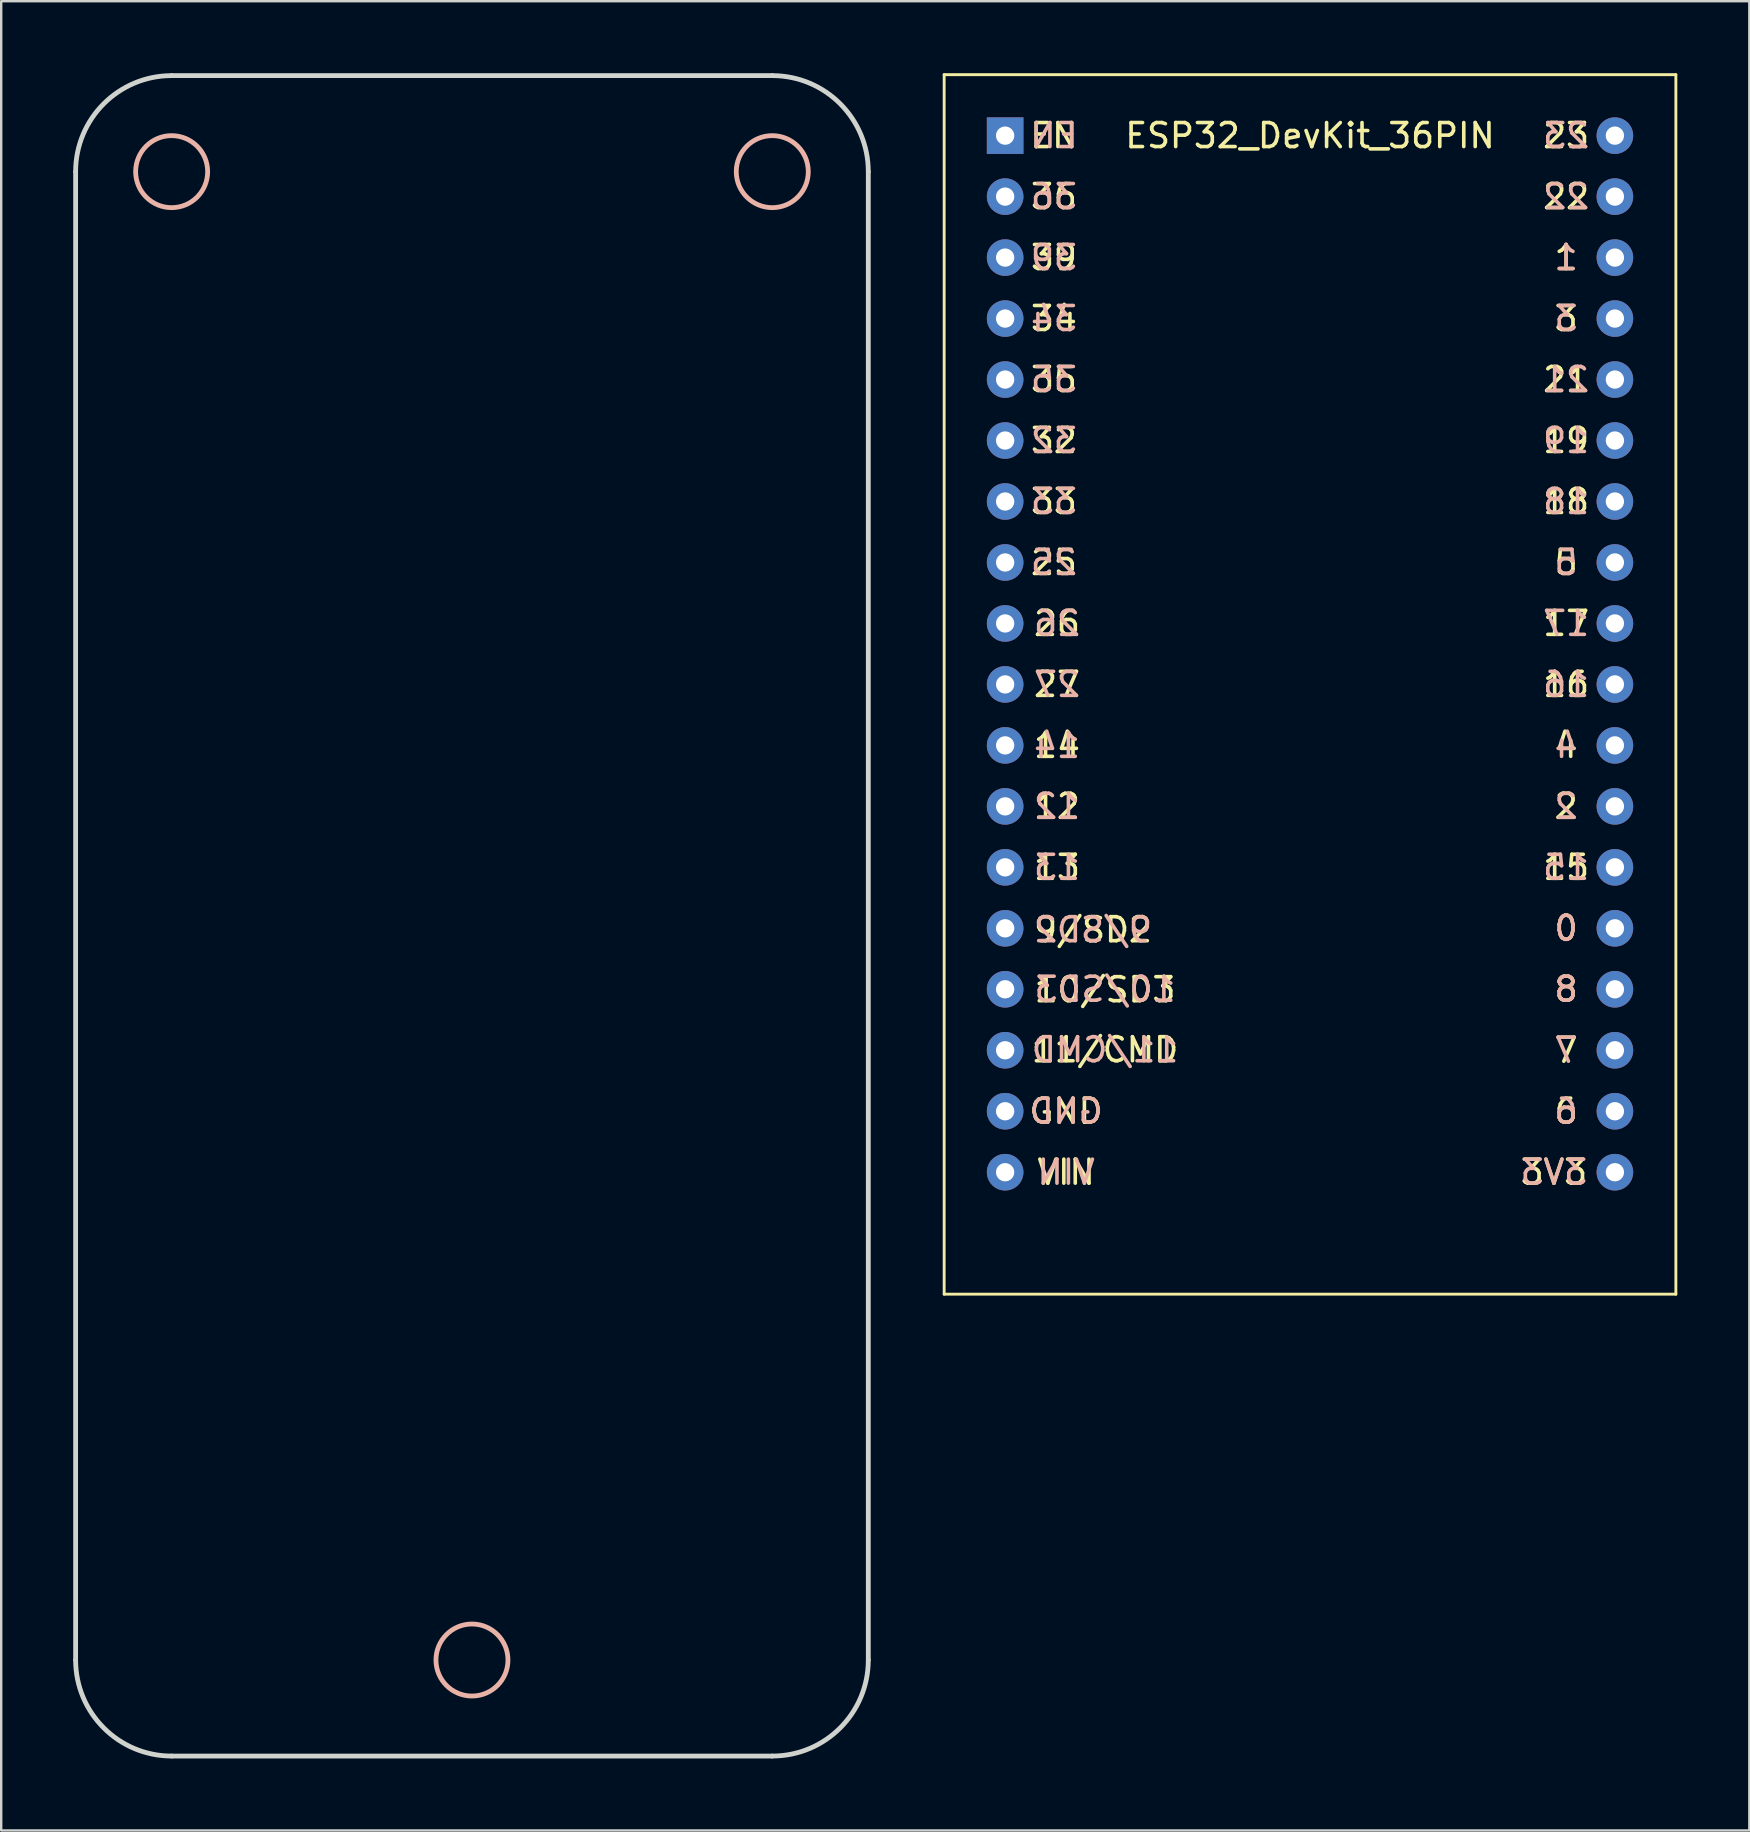
<source format=kicad_pcb>
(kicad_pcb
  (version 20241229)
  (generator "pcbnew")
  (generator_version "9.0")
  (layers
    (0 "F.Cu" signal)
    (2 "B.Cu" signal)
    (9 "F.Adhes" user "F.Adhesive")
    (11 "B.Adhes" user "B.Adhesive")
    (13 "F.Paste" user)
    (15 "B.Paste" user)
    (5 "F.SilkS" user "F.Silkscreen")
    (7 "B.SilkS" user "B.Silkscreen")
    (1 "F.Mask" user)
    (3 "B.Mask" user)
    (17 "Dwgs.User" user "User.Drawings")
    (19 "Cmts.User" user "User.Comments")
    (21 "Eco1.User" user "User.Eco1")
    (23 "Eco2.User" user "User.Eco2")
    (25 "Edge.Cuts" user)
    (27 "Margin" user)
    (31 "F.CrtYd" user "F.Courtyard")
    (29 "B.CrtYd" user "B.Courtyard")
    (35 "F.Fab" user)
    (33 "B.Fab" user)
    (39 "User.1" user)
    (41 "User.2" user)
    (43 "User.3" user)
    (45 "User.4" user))
  (footprint "BoardCutout"
    (layer "F.Cu")
    (at 16.42 32.104)
    (property "Reference" "BoardCutout" (at 0 28.448 180) (layer "Eco1.User") (effects (font (size 1 1) (thickness 0.15))))
    (attr through_hole)
    (fp_circle (center -12.32 -28.004) (end -10.82 -28.004) (stroke (width 0.2) (type solid)) (fill no) (layer "B.SilkS"))
    (fp_circle (center 0.19 33.996) (end 1.69 33.996) (stroke (width 0.2) (type solid)) (fill no) (layer "B.SilkS"))
    (fp_circle (center 12.7 -28.004) (end 14.2 -28.004) (stroke (width 0.2) (type solid)) (fill no) (layer "B.SilkS"))
    (fp_line (start -16.32 -28.004) (end -16.32 33.996) (stroke (width 0.2) (type solid)) (layer "Edge.Cuts"))
    (fp_line (start -12.32 37.996) (end 12.7 37.996) (stroke (width 0.2) (type solid)) (layer "Edge.Cuts"))
    (fp_line (start 12.7 -32.004) (end -12.32 -32.004) (stroke (width 0.2) (type solid)) (layer "Edge.Cuts"))
    (fp_line (start 16.7 33.996) (end 16.7 -28.004) (stroke (width 0.2) (type solid)) (layer "Edge.Cuts"))
    (fp_arc (start -16.320001 -28.004) (mid -15.148428 -30.832427) (end -12.320001 -32.004) (stroke (width 0.2) (type solid)) (layer "Edge.Cuts"))
    (fp_arc (start -12.320001 37.995999) (mid -15.148427 36.824426) (end -16.32 33.996) (stroke (width 0.2) (type solid)) (layer "Edge.Cuts"))
    (fp_arc (start 12.7 -32.004) (mid 15.528427 -30.832427) (end 16.7 -28.004) (stroke (width 0.2) (type solid)) (layer "Edge.Cuts"))
    (fp_arc (start 16.699999 33.996001) (mid 15.528426 36.824427) (end 12.7 37.996) (stroke (width 0.2) (type solid)) (layer "Edge.Cuts")))
  (footprint "ESP32_DevKit_36PIN"
    (layer "F.Cu")
    (at 48.98 7.68)
    (property "Reference" "ESP32_DevKit_36PIN" (at 2.54 -5.08 0) (layer "F.SilkS") (effects (font (size 1 1) (thickness 0.15))))
    (attr through_hole)
    (fp_line (start -12.7 -7.62) (end 17.78 -7.62) (stroke (width 0.12) (type solid)) (layer "F.SilkS"))
    (fp_line (start -12.7 43.18) (end -12.7 -7.62) (stroke (width 0.12) (type solid)) (layer "F.SilkS"))
    (fp_line (start 17.78 -7.62) (end 17.78 43.18) (stroke (width 0.12) (type solid)) (layer "F.SilkS"))
    (fp_line (start 17.78 43.18) (end -12.7 43.18) (stroke (width 0.12) (type solid)) (layer "F.SilkS"))
    (fp_text user "1" (at 13.208 0 0) (layer "F.SilkS") (effects (font (size 1 1) (thickness 0.15))))
    (fp_text user "7" (at 13.208 33.02 0) (layer "F.SilkS") (effects (font (size 1 1) (thickness 0.15))))
    (fp_text user "12" (at -8 22.86 0) (layer "F.SilkS") (effects (font (size 1 1) (thickness 0.15))))
    (fp_text user "21" (at 13.208 5.08 0) (layer "F.SilkS") (effects (font (size 1 1) (thickness 0.15))))
    (fp_text user "16" (at 13.208 17.78 0) (layer "F.SilkS") (effects (font (size 1 1) (thickness 0.15))))
    (fp_text user "18" (at 13.208 10.16 0) (layer "F.SilkS") (effects (font (size 1 1) (thickness 0.15))))
    (fp_text user "22" (at 13.208 -2.54 0) (layer "F.SilkS") (effects (font (size 1 1) (thickness 0.15))))
    (fp_text user "9/SD2" (at -6.5 28 0) (layer "F.SilkS") (effects (font (size 1 1) (thickness 0.15))))
    (fp_text user "3" (at 13.208 2.54 0) (layer "F.SilkS") (effects (font (size 1 1) (thickness 0.15))))
    (fp_text user "34" (at -8.128 2.54 0) (layer "F.SilkS") (effects (font (size 1 1) (thickness 0.15))))
    (fp_text user "6" (at 13.208 35.56 0) (layer "F.SilkS") (effects (font (size 1 1) (thickness 0.15))))
    (fp_text user "17" (at 13.208 15.24 0) (layer "F.SilkS") (effects (font (size 1 1) (thickness 0.15))))
    (fp_text user "36" (at -8.128 -2.54 0) (layer "F.SilkS") (effects (font (size 1 1) (thickness 0.15))))
    (fp_text user "EN" (at -8.128 -5.08 0) (layer "F.SilkS") (effects (font (size 1 1) (thickness 0.15))))
    (fp_text user "13" (at -8 25.4 0) (layer "F.SilkS") (effects (font (size 1 1) (thickness 0.15))))
    (fp_text user "0" (at 13.208 27.94 0) (layer "F.SilkS") (effects (font (size 1 1) (thickness 0.15))))
    (fp_text user "23" (at 13.208 -5.08 0) (layer "F.SilkS") (effects (font (size 1 1) (thickness 0.15))))
    (fp_text user "35" (at -8.128 5.08 0) (layer "F.SilkS") (effects (font (size 1 1) (thickness 0.15))))
    (fp_text user "27" (at -8 17.78 0) (layer "F.SilkS") (effects (font (size 1 1) (thickness 0.15))))
    (fp_text user "14" (at -8 20.32 0) (layer "F.SilkS") (effects (font (size 1 1) (thickness 0.15))))
    (fp_text user "GND" (at -7.62 35.56 0) (layer "F.SilkS") (effects (font (size 1 1) (thickness 0.15))))
    (fp_text user "5" (at 13.208 12.7 0) (layer "F.SilkS") (effects (font (size 1 1) (thickness 0.15))))
    (fp_text user "25" (at -8.128 12.7 0) (layer "F.SilkS") (effects (font (size 1 1) (thickness 0.15))))
    (fp_text user "2" (at 13.208 22.86 0) (layer "F.SilkS") (effects (font (size 1 1) (thickness 0.15))))
    (fp_text user "4" (at 13.208 20.32 0) (layer "F.SilkS") (effects (font (size 1 1) (thickness 0.15))))
    (fp_text user "26" (at -8 15.24 0) (layer "F.SilkS") (effects (font (size 1 1) (thickness 0.15))))
    (fp_text user "11/CMD" (at -6 33 0) (layer "F.SilkS") (effects (font (size 1 1) (thickness 0.15))))
    (fp_text user "VIN" (at -7.62 38.1 0) (layer "F.SilkS") (effects (font (size 1 1) (thickness 0.15))))
    (fp_text user "10/SD3" (at -6 30.5 0) (layer "F.SilkS") (effects (font (size 1 1) (thickness 0.15))))
    (fp_text user "39" (at -8.128 0 0) (layer "F.SilkS") (effects (font (size 1 1) (thickness 0.15))))
    (fp_text user "33" (at -8.128 10.16 0) (layer "F.SilkS") (effects (font (size 1 1) (thickness 0.15))))
    (fp_text user "3V3" (at 12.7 38.1 0) (layer "F.SilkS") (effects (font (size 1 1) (thickness 0.15))))
    (fp_text user "8" (at 13.208 30.48 0) (layer "F.SilkS") (effects (font (size 1 1) (thickness 0.15))))
    (fp_text user "15" (at 13.208 25.4 0) (layer "F.SilkS") (effects (font (size 1 1) (thickness 0.15))))
    (fp_text user "32" (at -8.128 7.62 0) (layer "F.SilkS") (effects (font (size 1 1) (thickness 0.15))))
    (fp_text user "19" (at 13.208 7.62 0) (layer "F.SilkS") (effects (font (size 1 1) (thickness 0.15))))
    (fp_text user "33" (at -8.128 10.16 0) (layer "B.SilkS") (effects (font (size 1 1) (thickness 0.15)) (justify mirror)))
    (fp_text user "15" (at 13.208 25.4 0) (layer "B.SilkS") (effects (font (size 1 1) (thickness 0.15)) (justify mirror)))
    (fp_text user "4" (at 13.208 20.32 0) (layer "B.SilkS") (effects (font (size 1 1) (thickness 0.15)) (justify mirror)))
    (fp_text user "EN" (at -8.128 -5.08 0) (layer "B.SilkS") (effects (font (size 1 1) (thickness 0.15)) (justify mirror)))
    (fp_text user "6" (at 13.208 35.56 0) (layer "B.SilkS") (effects (font (size 1 1) (thickness 0.15)) (justify mirror)))
    (fp_text user "3" (at 13.208 2.54 0) (layer "B.SilkS") (effects (font (size 1 1) (thickness 0.15)) (justify mirror)))
    (fp_text user "1" (at 13.208 0 0) (layer "B.SilkS") (effects (font (size 1 1) (thickness 0.15)) (justify mirror)))
    (fp_text user "18" (at 13.208 10.16 0) (layer "B.SilkS") (effects (font (size 1 1) (thickness 0.15)) (justify mirror)))
    (fp_text user "14" (at -8 20.32 0) (layer "B.SilkS") (effects (font (size 1 1) (thickness 0.15)) (justify mirror)))
    (fp_text user "16" (at 13.208 17.78 0) (layer "B.SilkS") (effects (font (size 1 1) (thickness 0.15)) (justify mirror)))
    (fp_text user "36" (at -8.128 -2.54 0) (layer "B.SilkS") (effects (font (size 1 1) (thickness 0.15)) (justify mirror)))
    (fp_text user "13" (at -8 25.4 0) (layer "B.SilkS") (effects (font (size 1 1) (thickness 0.15)) (justify mirror)))
    (fp_text user "21" (at 13.208 5.08 0) (layer "B.SilkS") (effects (font (size 1 1) (thickness 0.15)) (justify mirror)))
    (fp_text user "GND" (at -7.62 35.56 0) (layer "B.SilkS") (effects (font (size 1 1) (thickness 0.15)) (justify mirror)))
    (fp_text user "0" (at 13.208 27.94 0) (layer "B.SilkS") (effects (font (size 1 1) (thickness 0.15)) (justify mirror)))
    (fp_text user "32" (at -8.128 7.62 0) (layer "B.SilkS") (effects (font (size 1 1) (thickness 0.15)) (justify mirror)))
    (fp_text user "7" (at 13.208 33.02 0) (layer "B.SilkS") (effects (font (size 1 1) (thickness 0.15)) (justify mirror)))
    (fp_text user "27" (at -8 17.78 0) (layer "B.SilkS") (effects (font (size 1 1) (thickness 0.15)) (justify mirror)))
    (fp_text user "VIN" (at -7.62 38.1 0) (layer "B.SilkS") (effects (font (size 1 1) (thickness 0.15)) (justify mirror)))
    (fp_text user "2" (at 13.208 22.86 0) (layer "B.SilkS") (effects (font (size 1 1) (thickness 0.15)) (justify mirror)))
    (fp_text user "35" (at -8.128 5.08 0) (layer "B.SilkS") (effects (font (size 1 1) (thickness 0.15)) (justify mirror)))
    (fp_text user "12" (at -8 22.86 0) (layer "B.SilkS") (effects (font (size 1 1) (thickness 0.15)) (justify mirror)))
    (fp_text user "34" (at -8.128 2.54 0) (layer "B.SilkS") (effects (font (size 1 1) (thickness 0.15)) (justify mirror)))
    (fp_text user "25" (at -8.128 12.7 0) (layer "B.SilkS") (effects (font (size 1 1) (thickness 0.15)) (justify mirror)))
    (fp_text user "19" (at 13.208 7.62 0) (layer "B.SilkS") (effects (font (size 1 1) (thickness 0.15)) (justify mirror)))
    (fp_text user "11/CMD" (at -6 33 0) (layer "B.SilkS") (effects (font (size 1 1) (thickness 0.15)) (justify mirror)))
    (fp_text user "39" (at -8.128 0 0) (layer "B.SilkS") (effects (font (size 1 1) (thickness 0.15)) (justify mirror)))
    (fp_text user "23" (at 13.208 -5.08 0) (layer "B.SilkS") (effects (font (size 1 1) (thickness 0.15)) (justify mirror)))
    (fp_text user "26" (at -8 15.24 0) (layer "B.SilkS") (effects (font (size 1 1) (thickness 0.15)) (justify mirror)))
    (fp_text user "5" (at 13.208 12.7 0) (layer "B.SilkS") (effects (font (size 1 1) (thickness 0.15)) (justify mirror)))
    (fp_text user "8" (at 13.208 30.48 0) (layer "B.SilkS") (effects (font (size 1 1) (thickness 0.15)) (justify mirror)))
    (fp_text user "17" (at 13.208 15.24 0) (layer "B.SilkS") (effects (font (size 1 1) (thickness 0.15)) (justify mirror)))
    (fp_text user "10/SD3" (at -6 30.48 0) (layer "B.SilkS") (effects (font (size 1 1) (thickness 0.15)) (justify mirror)))
    (fp_text user "22" (at 13.208 -2.54 0) (layer "B.SilkS") (effects (font (size 1 1) (thickness 0.15)) (justify mirror)))
    (fp_text user "9/SD2" (at -6.5 28 0) (layer "B.SilkS") (effects (font (size 1 1) (thickness 0.15)) (justify mirror)))
    (fp_text user "3V3" (at 12.7 38.1 0) (layer "B.SilkS") (effects (font (size 1 1) (thickness 0.15)) (justify mirror)))
    (pad "1" thru_hole rect (at -10.16 -5.08) (size 1.524 1.524) (drill 0.762) (layers "*.Cu" "*.Mask"))
    (pad "2" thru_hole circle (at -10.16 -2.54) (size 1.524 1.524) (drill 0.762) (layers "*.Cu" "*.Mask"))
    (pad "3" thru_hole circle (at -10.16 0) (size 1.524 1.524) (drill 0.762) (layers "*.Cu" "*.Mask"))
    (pad "4" thru_hole circle (at -10.16 2.54) (size 1.524 1.524) (drill 0.762) (layers "*.Cu" "*.Mask"))
    (pad "5" thru_hole circle (at -10.16 5.08) (size 1.524 1.524) (drill 0.762) (layers "*.Cu" "*.Mask"))
    (pad "6" thru_hole circle (at -10.16 7.62) (size 1.524 1.524) (drill 0.762) (layers "*.Cu" "*.Mask"))
    (pad "7" thru_hole circle (at -10.16 10.16) (size 1.524 1.524) (drill 0.762) (layers "*.Cu" "*.Mask"))
    (pad "8" thru_hole circle (at -10.16 12.7) (size 1.524 1.524) (drill 0.762) (layers "*.Cu" "*.Mask"))
    (pad "9" thru_hole circle (at -10.16 15.24) (size 1.524 1.524) (drill 0.762) (layers "*.Cu" "*.Mask"))
    (pad "10" thru_hole circle (at -10.16 17.78) (size 1.524 1.524) (drill 0.762) (layers "*.Cu" "*.Mask"))
    (pad "11" thru_hole circle (at -10.16 20.32) (size 1.524 1.524) (drill 0.762) (layers "*.Cu" "*.Mask"))
    (pad "12" thru_hole circle (at -10.16 22.86) (size 1.524 1.524) (drill 0.762) (layers "*.Cu" "*.Mask"))
    (pad "13" thru_hole circle (at -10.16 25.4) (size 1.524 1.524) (drill 0.762) (layers "*.Cu" "*.Mask"))
    (pad "14" thru_hole circle (at -10.16 27.94) (size 1.524 1.524) (drill 0.762) (layers "*.Cu" "*.Mask"))
    (pad "15" thru_hole circle (at -10.16 30.48) (size 1.524 1.524) (drill 0.762) (layers "*.Cu" "*.Mask"))
    (pad "16" thru_hole circle (at -10.16 33.02) (size 1.524 1.524) (drill 0.762) (layers "*.Cu" "*.Mask"))
    (pad "17" thru_hole circle (at -10.16 35.56) (size 1.524 1.524) (drill 0.762) (layers "*.Cu" "*.Mask"))
    (pad "18" thru_hole circle (at -10.16 38.1) (size 1.524 1.524) (drill 0.762) (layers "*.Cu" "*.Mask"))
    (pad "19" thru_hole circle (at 15.24 -5.08) (size 1.524 1.524) (drill 0.762) (layers "*.Cu" "*.Mask"))
    (pad "20" thru_hole circle (at 15.24 -2.54) (size 1.524 1.524) (drill 0.762) (layers "*.Cu" "*.Mask"))
    (pad "21" thru_hole circle (at 15.24 0) (size 1.524 1.524) (drill 0.762) (layers "*.Cu" "*.Mask"))
    (pad "22" thru_hole circle (at 15.24 2.54) (size 1.524 1.524) (drill 0.762) (layers "*.Cu" "*.Mask"))
    (pad "23" thru_hole circle (at 15.24 5.08) (size 1.524 1.524) (drill 0.762) (layers "*.Cu" "*.Mask"))
    (pad "24" thru_hole circle (at 15.24 7.62) (size 1.524 1.524) (drill 0.762) (layers "*.Cu" "*.Mask"))
    (pad "25" thru_hole circle (at 15.24 10.16) (size 1.524 1.524) (drill 0.762) (layers "*.Cu" "*.Mask"))
    (pad "26" thru_hole circle (at 15.24 12.7) (size 1.524 1.524) (drill 0.762) (layers "*.Cu" "*.Mask"))
    (pad "27" thru_hole circle (at 15.24 15.24) (size 1.524 1.524) (drill 0.762) (layers "*.Cu" "*.Mask"))
    (pad "28" thru_hole circle (at 15.24 17.78) (size 1.524 1.524) (drill 0.762) (layers "*.Cu" "*.Mask"))
    (pad "29" thru_hole circle (at 15.24 20.32) (size 1.524 1.524) (drill 0.762) (layers "*.Cu" "*.Mask"))
    (pad "30" thru_hole circle (at 15.24 22.86) (size 1.524 1.524) (drill 0.762) (layers "*.Cu" "*.Mask"))
    (pad "31" thru_hole circle (at 15.24 25.4) (size 1.524 1.524) (drill 0.762) (layers "*.Cu" "*.Mask"))
    (pad "32" thru_hole circle (at 15.24 27.94) (size 1.524 1.524) (drill 0.762) (layers "*.Cu" "*.Mask"))
    (pad "33" thru_hole circle (at 15.24 30.48) (size 1.524 1.524) (drill 0.762) (layers "*.Cu" "*.Mask"))
    (pad "34" thru_hole circle (at 15.24 33.02) (size 1.524 1.524) (drill 0.762) (layers "*.Cu" "*.Mask"))
    (pad "35" thru_hole circle (at 15.24 35.56) (size 1.524 1.524) (drill 0.762) (layers "*.Cu" "*.Mask"))
    (pad "36" thru_hole circle (at 15.24 38.1) (size 1.524 1.524) (drill 0.762) (layers "*.Cu" "*.Mask")))
  (gr_rect
    (start -3 -3)
    (end 69.82 73.2)
    (stroke (width 0.1) (type default))
    (fill no)
    (layer "Edge.Cuts")))
</source>
